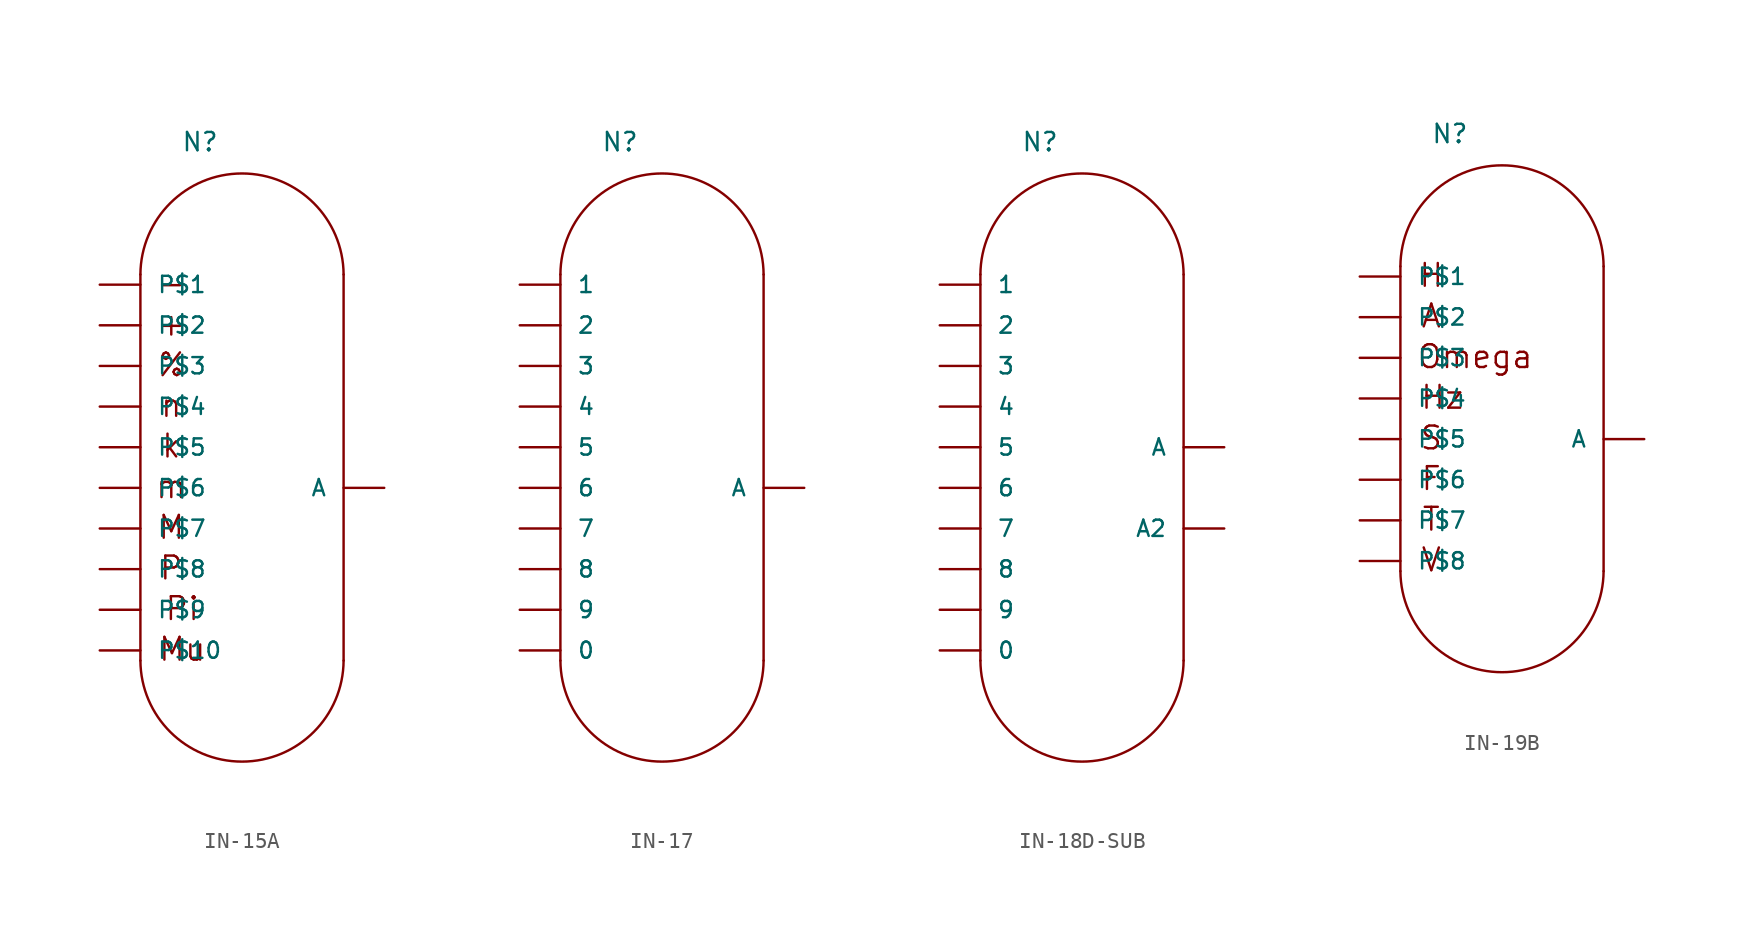
<source format=kicad_sym>
(kicad_symbol_lib
  (version 20220914)
  (generator kicad_symbol_editor)
  (symbol "IN-15A"
    (pin_numbers hide)
    (pin_names
      (offset 1.016))
    (property "Reference" "N"
      (at -2.54 20.955 0)
      (effects (font (size 1.143 1.143)) (justify left bottom)))
    (property "ki_locked" ""
      (at 0 0 0)
      (effects (font (size 1.27 1.27))))
    (symbol "IN-15A_1_0"
      (polyline (pts (xy -5.08 -10.795) (xy -5.08 13.335)) (stroke (width 0) (type solid)) (fill (type none)))
      (polyline (pts (xy 7.62 -10.795) (xy 7.62 13.335)) (stroke (width 0) (type solid)) (fill (type none)))
      (text "%" (at -3.15 7.696 0) (effects (font (size 1.422 1.422))))
      (text "+" (at -3.15 10.236 0) (effects (font (size 1.422 1.422))))
      (text "-" (at -3.15 12.776 0) (effects (font (size 1.422 1.422))))
      (text "k" (at -3.15 2.616 0) (effects (font (size 1.422 1.422))))
      (text "M" (at -3.15 -2.464 0) (effects (font (size 1.422 1.422))))
      (text "m" (at -3.15 0.076 0) (effects (font (size 1.422 1.422))))
      (text "Mu" (at -2.464 -10.084 0) (effects (font (size 1.422 1.422))))
      (text "n" (at -3.15 5.156 0) (effects (font (size 1.422 1.422))))
      (text "P" (at -3.15 -5.004 0) (effects (font (size 1.422 1.422))))
      (text "Pi" (at -2.464 -7.544 0) (effects (font (size 1.422 1.422)))))
    (symbol "IN-15A_1_1"
      (arc (start -5.08 -10.795) (mid 1.27 -17.1174) (end 7.62 -10.795) (stroke (width 0) (type solid)) (fill (type none)))
      (arc (start 7.62 13.335) (mid 1.27 19.6574) (end -5.08 13.335) (stroke (width 0) (type solid)) (fill (type none)))
      (pin bidirectional line (at -7.62 -10.16 0) (length 2.54) (name "P$10" (effects (font (size 1.016 1.016)))) (number "0" (effects (font (size 1.016 1.016)))))
      (pin bidirectional line (at -7.62 5.08 0) (length 2.54) (name "P$4" (effects (font (size 1.016 1.016)))) (number "1" (effects (font (size 1.016 1.016)))))
      (pin bidirectional line (at -7.62 7.62 0) (length 2.54) (name "P$3" (effects (font (size 1.016 1.016)))) (number "2" (effects (font (size 1.016 1.016)))))
      (pin bidirectional line (at -7.62 -7.62 0) (length 2.54) (name "P$9" (effects (font (size 1.016 1.016)))) (number "3" (effects (font (size 1.016 1.016)))))
      (pin bidirectional line (at -7.62 2.54 0) (length 2.54) (name "P$5" (effects (font (size 1.016 1.016)))) (number "4" (effects (font (size 1.016 1.016)))))
      (pin bidirectional line (at -7.62 -2.54 0) (length 2.54) (name "P$7" (effects (font (size 1.016 1.016)))) (number "5" (effects (font (size 1.016 1.016)))))
      (pin bidirectional line (at -7.62 0 0) (length 2.54) (name "P$6" (effects (font (size 1.016 1.016)))) (number "6" (effects (font (size 1.016 1.016)))))
      (pin bidirectional line (at -7.62 10.16 0) (length 2.54) (name "P$2" (effects (font (size 1.016 1.016)))) (number "7" (effects (font (size 1.016 1.016)))))
      (pin bidirectional line (at -7.62 12.7 0) (length 2.54) (name "P$1" (effects (font (size 1.016 1.016)))) (number "8" (effects (font (size 1.016 1.016)))))
      (pin bidirectional line (at -7.62 -5.08 0) (length 2.54) (name "P$8" (effects (font (size 1.016 1.016)))) (number "9" (effects (font (size 1.016 1.016)))))
      (pin bidirectional line (at 10.16 0 180) (length 2.54) (name "A" (effects (font (size 1.016 1.016)))) (number "A" (effects (font (size 1.016 1.016)))))))
  (symbol "IN-17"
    (pin_numbers hide)
    (pin_names
      (offset 1.016))
    (property "Reference" "N"
      (at -2.54 20.955 0)
      (effects (font (size 1.143 1.143)) (justify left bottom)))
    (property "ki_locked" ""
      (at 0 0 0)
      (effects (font (size 1.27 1.27))))
    (symbol "IN-17_1_0"
      (polyline (pts (xy -5.08 -10.795) (xy -5.08 13.335)) (stroke (width 0) (type solid)) (fill (type none)))
      (polyline (pts (xy 7.62 -10.795) (xy 7.62 13.335)) (stroke (width 0) (type solid)) (fill (type none))))
    (symbol "IN-17_1_1"
      (arc (start -5.08 -10.795) (mid 1.27 -17.1174) (end 7.62 -10.795) (stroke (width 0) (type solid)) (fill (type none)))
      (arc (start 7.62 13.335) (mid 1.27 19.6574) (end -5.08 13.335) (stroke (width 0) (type solid)) (fill (type none)))
      (pin bidirectional line (at -7.62 -10.16 0) (length 2.54) (name "0" (effects (font (size 1.016 1.016)))) (number "0" (effects (font (size 1.016 1.016)))))
      (pin bidirectional line (at -7.62 12.7 0) (length 2.54) (name "1" (effects (font (size 1.016 1.016)))) (number "1" (effects (font (size 1.016 1.016)))))
      (pin bidirectional line (at -7.62 10.16 0) (length 2.54) (name "2" (effects (font (size 1.016 1.016)))) (number "2" (effects (font (size 1.016 1.016)))))
      (pin bidirectional line (at -7.62 7.62 0) (length 2.54) (name "3" (effects (font (size 1.016 1.016)))) (number "3" (effects (font (size 1.016 1.016)))))
      (pin bidirectional line (at -7.62 5.08 0) (length 2.54) (name "4" (effects (font (size 1.016 1.016)))) (number "4" (effects (font (size 1.016 1.016)))))
      (pin bidirectional line (at -7.62 2.54 0) (length 2.54) (name "5" (effects (font (size 1.016 1.016)))) (number "5" (effects (font (size 1.016 1.016)))))
      (pin bidirectional line (at -7.62 0 0) (length 2.54) (name "6" (effects (font (size 1.016 1.016)))) (number "6" (effects (font (size 1.016 1.016)))))
      (pin bidirectional line (at -7.62 -2.54 0) (length 2.54) (name "7" (effects (font (size 1.016 1.016)))) (number "7" (effects (font (size 1.016 1.016)))))
      (pin bidirectional line (at -7.62 -5.08 0) (length 2.54) (name "8" (effects (font (size 1.016 1.016)))) (number "8" (effects (font (size 1.016 1.016)))))
      (pin bidirectional line (at -7.62 -7.62 0) (length 2.54) (name "9" (effects (font (size 1.016 1.016)))) (number "9" (effects (font (size 1.016 1.016)))))
      (pin bidirectional line (at 10.16 0 180) (length 2.54) (name "A" (effects (font (size 1.016 1.016)))) (number "A" (effects (font (size 1.016 1.016)))))))
  (symbol "IN-18D-SUB"
    (pin_numbers hide)
    (pin_names
      (offset 1.016))
    (property "Reference" "N"
      (at -5.08 20.955 0)
      (effects (font (size 1.143 1.143)) (justify left bottom)))
    (property "ki_locked" ""
      (at 0 0 0)
      (effects (font (size 1.27 1.27))))
    (symbol "IN-18D-SUB_1_0"
      (polyline (pts (xy -7.62 -10.795) (xy -7.62 13.335)) (stroke (width 0) (type solid)) (fill (type none)))
      (polyline (pts (xy 5.08 -10.795) (xy 5.08 13.335)) (stroke (width 0) (type solid)) (fill (type none))))
    (symbol "IN-18D-SUB_1_1"
      (arc (start -7.62 -10.795) (mid -1.27 -17.1174) (end 5.08 -10.795) (stroke (width 0) (type solid)) (fill (type none)))
      (arc (start 5.08 13.335) (mid -1.27 19.6574) (end -7.62 13.335) (stroke (width 0) (type solid)) (fill (type none)))
      (pin bidirectional line (at -10.16 -10.16 0) (length 2.54) (name "0" (effects (font (size 1.016 1.016)))) (number "0" (effects (font (size 1.016 1.016)))))
      (pin bidirectional line (at -10.16 12.7 0) (length 2.54) (name "1" (effects (font (size 1.016 1.016)))) (number "1" (effects (font (size 1.016 1.016)))))
      (pin bidirectional line (at -10.16 10.16 0) (length 2.54) (name "2" (effects (font (size 1.016 1.016)))) (number "2" (effects (font (size 1.016 1.016)))))
      (pin bidirectional line (at -10.16 7.62 0) (length 2.54) (name "3" (effects (font (size 1.016 1.016)))) (number "3" (effects (font (size 1.016 1.016)))))
      (pin bidirectional line (at -10.16 5.08 0) (length 2.54) (name "4" (effects (font (size 1.016 1.016)))) (number "4" (effects (font (size 1.016 1.016)))))
      (pin bidirectional line (at -10.16 2.54 0) (length 2.54) (name "5" (effects (font (size 1.016 1.016)))) (number "5" (effects (font (size 1.016 1.016)))))
      (pin bidirectional line (at -10.16 0 0) (length 2.54) (name "6" (effects (font (size 1.016 1.016)))) (number "6" (effects (font (size 1.016 1.016)))))
      (pin bidirectional line (at -10.16 -2.54 0) (length 2.54) (name "7" (effects (font (size 1.016 1.016)))) (number "7" (effects (font (size 1.016 1.016)))))
      (pin bidirectional line (at -10.16 -5.08 0) (length 2.54) (name "8" (effects (font (size 1.016 1.016)))) (number "8" (effects (font (size 1.016 1.016)))))
      (pin bidirectional line (at -10.16 -7.62 0) (length 2.54) (name "9" (effects (font (size 1.016 1.016)))) (number "9" (effects (font (size 1.016 1.016)))))
      (pin bidirectional line (at 7.62 2.54 180) (length 2.54) (name "A" (effects (font (size 1.016 1.016)))) (number "A" (effects (font (size 1.016 1.016)))))
      (pin bidirectional line (at 7.62 -2.54 180) (length 2.54) (name "A2" (effects (font (size 1.016 1.016)))) (number "A2" (effects (font (size 1.016 1.016)))))))
  (symbol "IN-19B"
    (pin_numbers hide)
    (pin_names
      (offset 1.016))
    (property "Reference" "N"
      (at -3.175 20.955 0)
      (effects (font (size 1.143 1.143)) (justify left bottom)))
    (property "ki_locked" ""
      (at 0 0 0)
      (effects (font (size 1.27 1.27))))
    (symbol "IN-19B_1_0"
      (polyline (pts (xy -5.08 -5.715) (xy -5.08 13.335)) (stroke (width 0) (type solid)) (fill (type none)))
      (polyline (pts (xy 7.62 -5.715) (xy 7.62 13.335)) (stroke (width 0) (type solid)) (fill (type none)))
      (text "A" (at -3.15 10.236 0) (effects (font (size 1.422 1.422))))
      (text "F" (at -3.15 0.076 0) (effects (font (size 1.422 1.422))))
      (text "H" (at -3.15 12.776 0) (effects (font (size 1.422 1.422))))
      (text "Hz" (at -2.464 5.156 0) (effects (font (size 1.422 1.422))))
      (text "Omega" (at -0.406 7.696 0) (effects (font (size 1.422 1.422))))
      (text "S" (at -3.15 2.616 0) (effects (font (size 1.422 1.422))))
      (text "T" (at -3.15 -2.464 0) (effects (font (size 1.422 1.422))))
      (text "V" (at -3.15 -5.004 0) (effects (font (size 1.422 1.422)))))
    (symbol "IN-19B_1_1"
      (arc (start -5.08 -5.715) (mid 1.27 -12.0374) (end 7.62 -5.715) (stroke (width 0) (type solid)) (fill (type none)))
      (arc (start 7.62 13.335) (mid 1.27 19.6574) (end -5.08 13.335) (stroke (width 0) (type solid)) (fill (type none)))
      (pin bidirectional line (at -7.62 -2.54 0) (length 2.54) (name "P$7" (effects (font (size 1.016 1.016)))) (number "10" (effects (font (size 1.016 1.016)))))
      (pin bidirectional line (at -7.62 10.16 0) (length 2.54) (name "P$2" (effects (font (size 1.016 1.016)))) (number "11" (effects (font (size 1.016 1.016)))))
      (pin bidirectional line (at -7.62 7.62 0) (length 2.54) (name "P$3" (effects (font (size 1.016 1.016)))) (number "12" (effects (font (size 1.016 1.016)))))
      (pin bidirectional line (at -7.62 5.08 0) (length 2.54) (name "P$4" (effects (font (size 1.016 1.016)))) (number "14" (effects (font (size 1.016 1.016)))))
      (pin bidirectional line (at -7.62 2.54 0) (length 2.54) (name "P$5" (effects (font (size 1.016 1.016)))) (number "2" (effects (font (size 1.016 1.016)))))
      (pin bidirectional line (at -7.62 0 0) (length 2.54) (name "P$6" (effects (font (size 1.016 1.016)))) (number "4" (effects (font (size 1.016 1.016)))))
      (pin bidirectional line (at -7.62 12.7 0) (length 2.54) (name "P$1" (effects (font (size 1.016 1.016)))) (number "5" (effects (font (size 1.016 1.016)))))
      (pin bidirectional line (at -7.62 -5.08 0) (length 2.54) (name "P$8" (effects (font (size 1.016 1.016)))) (number "6" (effects (font (size 1.016 1.016)))))
      (pin bidirectional line (at 10.16 2.54 180) (length 2.54) (name "A" (effects (font (size 1.016 1.016)))) (number "8" (effects (font (size 1.016 1.016))))))))
</source>
